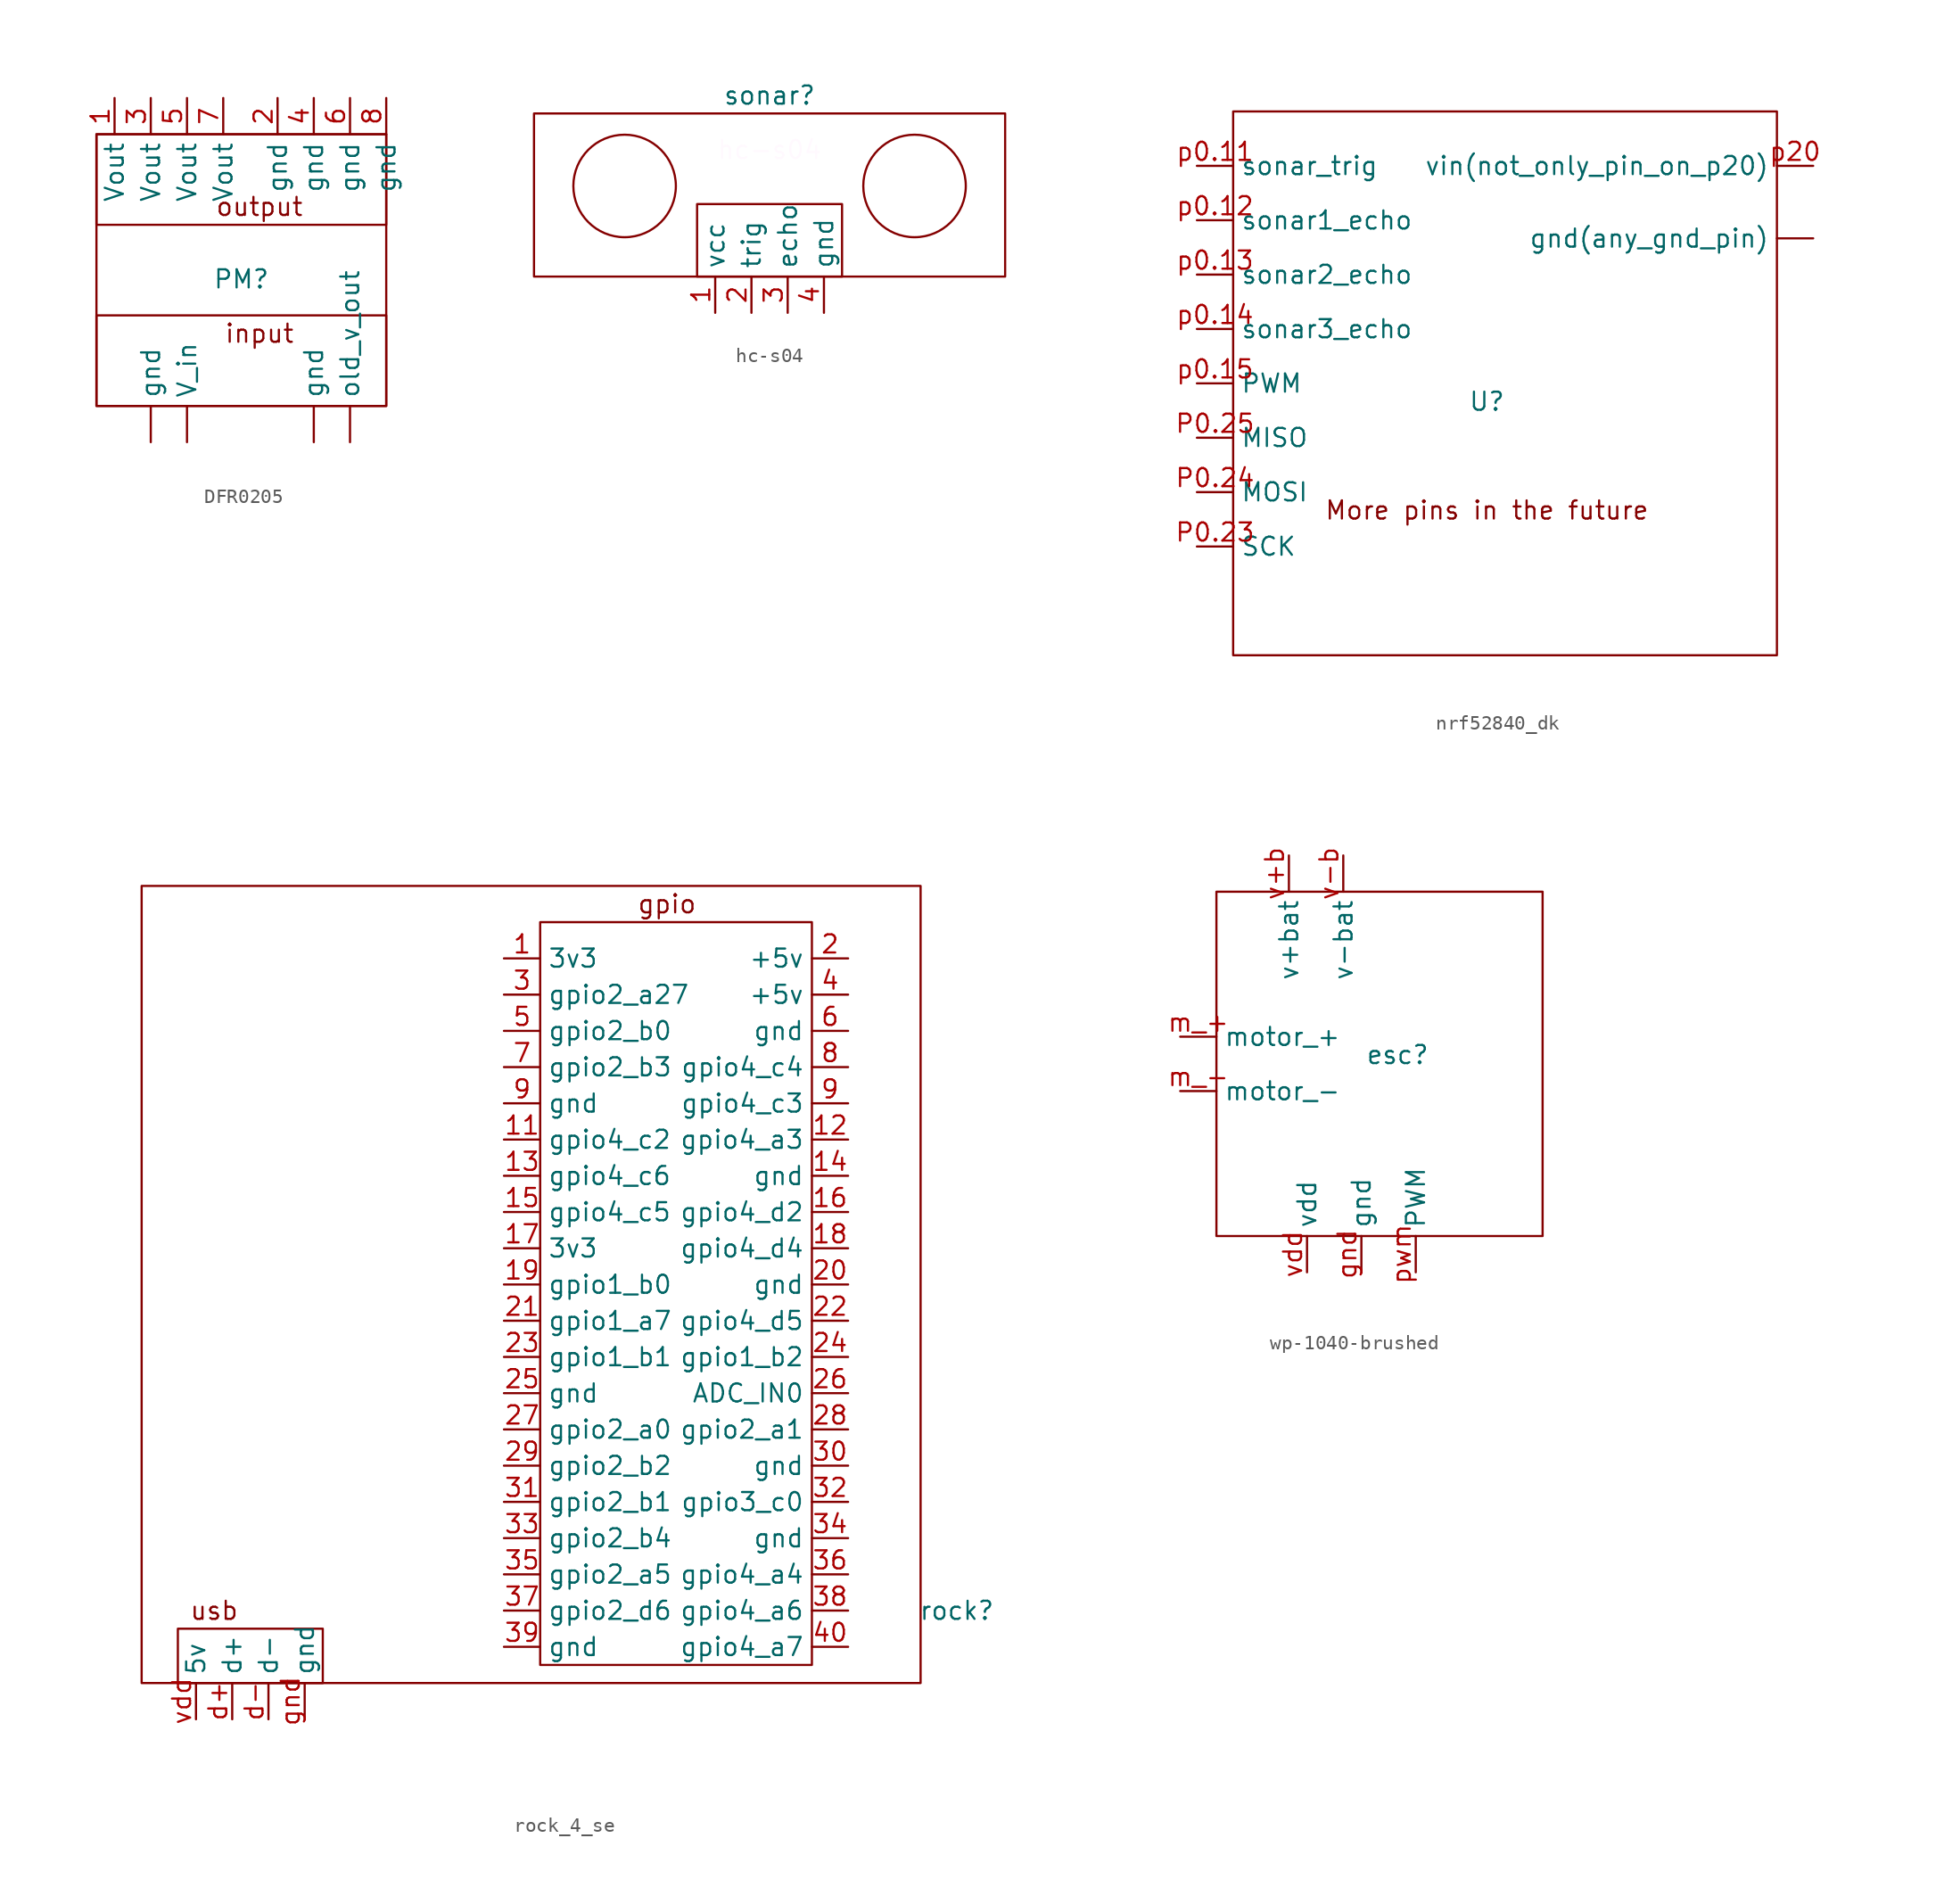
<source format=kicad_sym>
(kicad_symbol_lib
  (version 20220914)
  (generator kicad_symbol_editor)
  (symbol "DFR0205"
    (property "Reference" "PM"
      (at -7.62 10.16 0)
      (effects (font (size 1.27 1.27))))
    (property "Value" ""
      (at 0 0 0)
      (effects (font (size 1.27 1.27))))
    (symbol "DFR0205_0_1"
      (rectangle (start -17.78 7.62) (end 2.54 1.27) (stroke (width 0) (type default)) (fill (type none)))
      (rectangle (start -17.78 20.32) (end 2.54 1.27) (stroke (width 0) (type default)) (fill (type none)))
      (rectangle (start -17.78 20.32) (end 2.54 13.97) (stroke (width 0) (type default)) (fill (type none))))
    (symbol "DFR0205_1_1"
      (text "input" (at -6.35 6.35 0) (effects (font (size 1.27 1.27))))
      (text "output\n" (at -6.35 15.24 0) (effects (font (size 1.27 1.27))))
      (pin power_in line (at -11.43 -1.27 90) (length 2.54) (name "V_in" (effects (font (size 1.27 1.27)))) (number "" (effects (font (size 1.27 1.27)))))
      (pin power_in line (at -13.97 -1.27 90) (length 2.54) (name "gnd" (effects (font (size 1.27 1.27)))) (number "" (effects (font (size 1.27 1.27)))))
      (pin power_in line (at -2.54 -1.27 90) (length 2.54) (name "gnd" (effects (font (size 1.27 1.27)))) (number "" (effects (font (size 1.27 1.27)))))
      (pin power_out line (at 0 -1.27 90) (length 2.54) (name "old_v_out" (effects (font (size 1.27 1.27)))) (number "" (effects (font (size 1.27 1.27)))))
      (pin power_out line (at -16.51 22.86 270) (length 2.54) (name "Vout" (effects (font (size 1.27 1.27)))) (number "1" (effects (font (size 1.27 1.27)))))
      (pin input line (at -5.08 22.86 270) (length 2.54) (name "gnd" (effects (font (size 1.27 1.27)))) (number "2" (effects (font (size 1.27 1.27)))))
      (pin power_out line (at -13.97 22.86 270) (length 2.54) (name "Vout" (effects (font (size 1.27 1.27)))) (number "3" (effects (font (size 1.27 1.27)))))
      (pin input line (at -2.54 22.86 270) (length 2.54) (name "gnd" (effects (font (size 1.27 1.27)))) (number "4" (effects (font (size 1.27 1.27)))))
      (pin power_out line (at -11.43 22.86 270) (length 2.54) (name "Vout" (effects (font (size 1.27 1.27)))) (number "5" (effects (font (size 1.27 1.27)))))
      (pin input line (at 0 22.86 270) (length 2.54) (name "gnd" (effects (font (size 1.27 1.27)))) (number "6" (effects (font (size 1.27 1.27)))))
      (pin power_out line (at -8.89 22.86 270) (length 2.54) (name "Vout" (effects (font (size 1.27 1.27)))) (number "7" (effects (font (size 1.27 1.27)))))
      (pin input line (at 2.54 22.86 270) (length 2.54) (name "gnd" (effects (font (size 1.27 1.27)))) (number "8" (effects (font (size 1.27 1.27)))))))
  (symbol "hc-s04"
    (property "Reference" "sonar"
      (at 0 8.89 0)
      (effects (font (size 1.27 1.27))))
    (property "Value" ""
      (at 0 0 0)
      (effects (font (size 1.27 1.27))))
    (symbol "hc-s04_0_1"
      (rectangle (start -16.51 7.62) (end 16.51 -3.81) (stroke (width 0) (type default)) (fill (type none)))
      (circle (center -10.16 2.54) (radius 3.592) (stroke (width 0) (type default)) (fill (type none)))
      (rectangle (start -5.08 1.27) (end 5.08 -3.81) (stroke (width 0) (type default)) (fill (type none)))
      (circle (center 10.16 2.54) (radius 3.592) (stroke (width 0) (type default)) (fill (type none))))
    (symbol "hc-s04_1_1"
      (text "hc-s04" (at 0 5.08 0) (effects (font (size 1.27 1.27) (color 255 249 254 1))))
      (pin power_in line (at -3.81 -6.35 90) (length 2.54) (name "vcc" (effects (font (size 1.27 1.27)))) (number "1" (effects (font (size 1.27 1.27)))))
      (pin input line (at -1.27 -6.35 90) (length 2.54) (name "trig" (effects (font (size 1.27 1.27)))) (number "2" (effects (font (size 1.27 1.27)))))
      (pin output line (at 1.27 -6.35 90) (length 2.54) (name "echo" (effects (font (size 1.27 1.27)))) (number "3" (effects (font (size 1.27 1.27)))))
      (pin power_in line (at 3.81 -6.35 90) (length 2.54) (name "gnd" (effects (font (size 1.27 1.27)))) (number "4" (effects (font (size 1.27 1.27)))))))
  (symbol "nrf52840_dk"
    (property "Reference" "U"
      (at 0 0 0)
      (effects (font (size 1.27 1.27))))
    (property "Value" ""
      (at 0 0 0)
      (effects (font (size 1.27 1.27))))
    (symbol "nrf52840_dk_0_1"
      (rectangle (start -17.78 20.32) (end 20.32 -17.78) (stroke (width 0) (type default)) (fill (type none))))
    (symbol "nrf52840_dk_1_1"
      (text "More pins in the future\n" (at 0 -7.62 0) (effects (font (size 1.27 1.27))))
      (pin power_in line (at 22.86 11.43 180) (length 2.54) (name "gnd(any_gnd_pin)" (effects (font (size 1.27 1.27)))) (number "" (effects (font (size 1.27 1.27)))))
      (pin input line (at -20.32 -10.16 0) (length 2.54) (name "SCK" (effects (font (size 1.27 1.27)))) (number "P0.23" (effects (font (size 1.27 1.27)))))
      (pin input line (at -20.32 -6.35 0) (length 2.54) (name "MOSI" (effects (font (size 1.27 1.27)))) (number "P0.24" (effects (font (size 1.27 1.27)))))
      (pin output line (at -20.32 -2.54 0) (length 2.54) (name "MISO" (effects (font (size 1.27 1.27)))) (number "P0.25" (effects (font (size 1.27 1.27)))))
      (pin output line (at -20.32 16.51 0) (length 2.54) (name "sonar_trig" (effects (font (size 1.27 1.27)))) (number "p0.11" (effects (font (size 1.27 1.27)))))
      (pin input line (at -20.32 12.7 0) (length 2.54) (name "sonar1_echo" (effects (font (size 1.27 1.27)))) (number "p0.12" (effects (font (size 1.27 1.27)))))
      (pin input line (at -20.32 8.89 0) (length 2.54) (name "sonar2_echo" (effects (font (size 1.27 1.27)))) (number "p0.13" (effects (font (size 1.27 1.27)))))
      (pin input line (at -20.32 5.08 0) (length 2.54) (name "sonar3_echo" (effects (font (size 1.27 1.27)))) (number "p0.14" (effects (font (size 1.27 1.27)))))
      (pin input line (at -20.32 1.27 0) (length 2.54) (name "PWM" (effects (font (size 1.27 1.27)))) (number "p0.15" (effects (font (size 1.27 1.27)))))
      (pin power_in line (at 22.86 16.51 180) (length 2.54) (name "vin(not_only_pin_on_p20)" (effects (font (size 1.27 1.27)))) (number "p20" (effects (font (size 1.27 1.27)))))))
  (symbol "rock_4_se"
    (property "Reference" "rock"
      (at 27.94 -31.75 0)
      (effects (font (size 1.27 1.27))))
    (property "Value" ""
      (at 0 0 0)
      (effects (font (size 1.27 1.27))))
    (symbol "rock_4_se_0_0"
      (text "" (at 19.05 3.81 0) (effects (font (size 1.27 1.27)))))
    (symbol "rock_4_se_0_1"
      (rectangle (start -29.21 19.05) (end 25.4 -36.83) (stroke (width 0) (type default)) (fill (type none)))
      (rectangle (start -26.67 -33.02) (end -16.51 -36.83) (stroke (width 0) (type default)) (fill (type none)))
      (rectangle (start -1.27 16.51) (end 17.78 -35.56) (stroke (width 0) (type default)) (fill (type none))))
    (symbol "rock_4_se_1_1"
      (text "gpio\n" (at 7.62 17.78 0) (effects (font (size 1.27 1.27))))
      (text "usb\n" (at -24.13 -31.75 0) (effects (font (size 1.27 1.27))))
      (pin output line (at -3.81 13.97 0) (length 2.54) (name "3v3" (effects (font (size 1.27 1.27)))) (number "1" (effects (font (size 1.27 1.27)))))
      (pin bidirectional line (at -3.81 1.27 0) (length 2.54) (name "gpio4_c2" (effects (font (size 1.27 1.27)))) (number "11" (effects (font (size 1.27 1.27)))) (alternate "PWM0" bidirectional line))
      (pin bidirectional line (at 20.32 1.27 180) (length 2.54) (name "gpio4_a3" (effects (font (size 1.27 1.27)))) (number "12" (effects (font (size 1.27 1.27)))) (alternate "I2S1_SCLK" bidirectional line))
      (pin bidirectional line (at -3.81 -1.27 0) (length 2.54) (name "gpio4_c6" (effects (font (size 1.27 1.27)))) (number "13" (effects (font (size 1.27 1.27)))) (alternate " PWM1" bidirectional line))
      (pin bidirectional line (at 20.32 -1.27 180) (length 2.54) (name "gnd" (effects (font (size 1.27 1.27)))) (number "14" (effects (font (size 1.27 1.27)))))
      (pin bidirectional line (at -3.81 -3.81 0) (length 2.54) (name "gpio4_c5" (effects (font (size 1.27 1.27)))) (number "15" (effects (font (size 1.27 1.27)))) (alternate "SPDIF_TX" bidirectional line))
      (pin bidirectional line (at 20.32 -3.81 180) (length 2.54) (name "gpio4_d2" (effects (font (size 1.27 1.27)))) (number "16" (effects (font (size 1.27 1.27)))))
      (pin output line (at -3.81 -6.35 0) (length 2.54) (name "3v3" (effects (font (size 1.27 1.27)))) (number "17" (effects (font (size 1.27 1.27)))))
      (pin bidirectional line (at 20.32 -6.35 180) (length 2.54) (name "gpio4_d4" (effects (font (size 1.27 1.27)))) (number "18" (effects (font (size 1.27 1.27)))))
      (pin bidirectional line (at -3.81 -8.89 0) (length 2.54) (name "gpio1_b0" (effects (font (size 1.27 1.27)))) (number "19" (effects (font (size 1.27 1.27)))) (alternate "SPI1_TXD" bidirectional line) (alternate "UART4_TXD" bidirectional line))
      (pin bidirectional line (at 20.32 13.97 180) (length 2.54) (name "+5v" (effects (font (size 1.27 1.27)))) (number "2" (effects (font (size 1.27 1.27)))))
      (pin bidirectional line (at 20.32 -8.89 180) (length 2.54) (name "gnd" (effects (font (size 1.27 1.27)))) (number "20" (effects (font (size 1.27 1.27)))))
      (pin bidirectional line (at -3.81 -11.43 0) (length 2.54) (name "gpio1_a7" (effects (font (size 1.27 1.27)))) (number "21" (effects (font (size 1.27 1.27)))) (alternate "SPI1_RXD" bidirectional line) (alternate "UART4_RXD" bidirectional line))
      (pin bidirectional line (at 20.32 -11.43 180) (length 2.54) (name "gpio4_d5" (effects (font (size 1.27 1.27)))) (number "22" (effects (font (size 1.27 1.27)))))
      (pin bidirectional line (at -3.81 -13.97 0) (length 2.54) (name "gpio1_b1" (effects (font (size 1.27 1.27)))) (number "23" (effects (font (size 1.27 1.27)))) (alternate "SPI1_CLK" bidirectional line))
      (pin bidirectional line (at 20.32 -13.97 180) (length 2.54) (name "gpio1_b2" (effects (font (size 1.27 1.27)))) (number "24" (effects (font (size 1.27 1.27)))) (alternate "SPI1_CSn" bidirectional line))
      (pin bidirectional line (at -3.81 -16.51 0) (length 2.54) (name "gnd" (effects (font (size 1.27 1.27)))) (number "25" (effects (font (size 1.27 1.27)))))
      (pin bidirectional line (at 20.32 -16.51 180) (length 2.54) (name "ADC_IN0" (effects (font (size 1.27 1.27)))) (number "26" (effects (font (size 1.27 1.27)))))
      (pin bidirectional line (at -3.81 -19.05 0) (length 2.54) (name "gpio2_a0" (effects (font (size 1.27 1.27)))) (number "27" (effects (font (size 1.27 1.27)))) (alternate "I2C2_SDA" bidirectional line))
      (pin bidirectional line (at 20.32 -19.05 180) (length 2.54) (name "gpio2_a1" (effects (font (size 1.27 1.27)))) (number "28" (effects (font (size 1.27 1.27)))) (alternate "I2C2_CLK" bidirectional line))
      (pin bidirectional line (at -3.81 -21.59 0) (length 2.54) (name "gpio2_b2" (effects (font (size 1.27 1.27)))) (number "29" (effects (font (size 1.27 1.27)))) (alternate "I2C6_SCL" bidirectional line) (alternate "SPI2_TXD" bidirectional line))
      (pin bidirectional line (at -3.81 11.43 0) (length 2.54) (name "gpio2_a27" (effects (font (size 1.27 1.27)))) (number "3" (effects (font (size 1.27 1.27)))) (alternate " I2C7_SDA" bidirectional line))
      (pin bidirectional line (at 20.32 -21.59 180) (length 2.54) (name "gnd" (effects (font (size 1.27 1.27)))) (number "30" (effects (font (size 1.27 1.27)))))
      (pin bidirectional line (at -3.81 -24.13 0) (length 2.54) (name "gpio2_b1" (effects (font (size 1.27 1.27)))) (number "31" (effects (font (size 1.27 1.27)))) (alternate "I2C6_SDA" bidirectional line) (alternate "SPI2_RXD" bidirectional line))
      (pin bidirectional line (at 20.32 -24.13 180) (length 2.54) (name "gpio3_c0" (effects (font (size 1.27 1.27)))) (number "32" (effects (font (size 1.27 1.27)))) (alternate "SPDIF_TX" bidirectional line) (alternate "UART3_CTSn" bidirectional line))
      (pin bidirectional line (at -3.81 -26.67 0) (length 2.54) (name "gpio2_b4" (effects (font (size 1.27 1.27)))) (number "33" (effects (font (size 1.27 1.27)))) (alternate "SPI2_CSn" bidirectional line))
      (pin bidirectional line (at 20.32 -26.67 180) (length 2.54) (name "gnd" (effects (font (size 1.27 1.27)))) (number "34" (effects (font (size 1.27 1.27)))))
      (pin bidirectional line (at -3.81 -29.21 0) (length 2.54) (name "gpio2_a5" (effects (font (size 1.27 1.27)))) (number "35" (effects (font (size 1.27 1.27)))) (alternate "I2S1_LRCK_TX" bidirectional line))
      (pin bidirectional line (at 20.32 -29.21 180) (length 2.54) (name "gpio4_a4" (effects (font (size 1.27 1.27)))) (number "36" (effects (font (size 1.27 1.27)))) (alternate "I2S1_LRCK_RX" bidirectional line))
      (pin bidirectional line (at -3.81 -31.75 0) (length 2.54) (name "gpio2_d6" (effects (font (size 1.27 1.27)))) (number "37" (effects (font (size 1.27 1.27)))))
      (pin bidirectional line (at 20.32 -31.75 180) (length 2.54) (name "gpio4_a6" (effects (font (size 1.27 1.27)))) (number "38" (effects (font (size 1.27 1.27)))) (alternate "I2S1_SDI" bidirectional line))
      (pin bidirectional line (at -3.81 -34.29 0) (length 2.54) (name "gnd" (effects (font (size 1.27 1.27)))) (number "39" (effects (font (size 1.27 1.27)))))
      (pin bidirectional line (at 20.32 11.43 180) (length 2.54) (name "+5v" (effects (font (size 1.27 1.27)))) (number "4" (effects (font (size 1.27 1.27)))))
      (pin bidirectional line (at 20.32 -34.29 180) (length 2.54) (name "gpio4_a7" (effects (font (size 1.27 1.27)))) (number "40" (effects (font (size 1.27 1.27)))) (alternate "I2S1_SDO" bidirectional line))
      (pin bidirectional line (at -3.81 8.89 0) (length 2.54) (name "gpio2_b0" (effects (font (size 1.27 1.27)))) (number "5" (effects (font (size 1.27 1.27)))) (alternate "I2C7_SCL" bidirectional line))
      (pin bidirectional line (at 20.32 8.89 180) (length 2.54) (name "gnd" (effects (font (size 1.27 1.27)))) (number "6" (effects (font (size 1.27 1.27)))))
      (pin bidirectional line (at -3.81 6.35 0) (length 2.54) (name "gpio2_b3" (effects (font (size 1.27 1.27)))) (number "7" (effects (font (size 1.27 1.27)))) (alternate "SPI2_CLK" bidirectional line))
      (pin bidirectional line (at 20.32 6.35 180) (length 2.54) (name "gpio4_c4" (effects (font (size 1.27 1.27)))) (number "8" (effects (font (size 1.27 1.27)))) (alternate "UART2_TXD" bidirectional line))
      (pin bidirectional line (at -3.81 3.81 0) (length 2.54) (name "gnd" (effects (font (size 1.27 1.27)))) (number "9" (effects (font (size 1.27 1.27)))))
      (pin bidirectional line (at 20.32 3.81 180) (length 2.54) (name "gpio4_c3" (effects (font (size 1.27 1.27)))) (number "9" (effects (font (size 1.27 1.27)))) (alternate "UART2_RXD" bidirectional line))
      (pin bidirectional line (at -22.86 -39.37 90) (length 2.54) (name "d+" (effects (font (size 1.27 1.27)))) (number "d+" (effects (font (size 1.27 1.27)))))
      (pin bidirectional line (at -20.32 -39.37 90) (length 2.54) (name "d-" (effects (font (size 1.27 1.27)))) (number "d-" (effects (font (size 1.27 1.27)))))
      (pin bidirectional line (at -17.78 -39.37 90) (length 2.54) (name "gnd" (effects (font (size 1.27 1.27)))) (number "gnd" (effects (font (size 1.27 1.27)))))
      (pin bidirectional line (at -25.4 -39.37 90) (length 2.54) (name "5v" (effects (font (size 1.27 1.27)))) (number "vdd" (effects (font (size 1.27 1.27)))))))
  (symbol "wp-1040-brushed"
    (property "Reference" "esc"
      (at 1.27 0 0)
      (effects (font (size 1.27 1.27))))
    (property "Value" ""
      (at 0 0 0)
      (effects (font (size 1.27 1.27))))
    (symbol "wp-1040-brushed_0_0"
      (text "" (at -3.81 12.7 0) (effects (font (size 1.27 1.27)))))
    (symbol "wp-1040-brushed_0_1"
      (rectangle (start -11.43 11.43) (end 11.43 -12.7) (stroke (width 0) (type default)) (fill (type none))))
    (symbol "wp-1040-brushed_1_1"
      (pin bidirectional line (at -1.27 -15.24 90) (length 2.54) (name "gnd" (effects (font (size 1.27 1.27)))) (number "gnd" (effects (font (size 1.27 1.27)))))
      (pin power_out line (at -13.97 1.27 0) (length 2.54) (name "motor_+" (effects (font (size 1.27 1.27)))) (number "m_+" (effects (font (size 1.27 1.27)))))
      (pin power_out line (at -13.97 -2.54 0) (length 2.54) (name "motor_-" (effects (font (size 1.27 1.27)))) (number "m_-" (effects (font (size 1.27 1.27)))))
      (pin input line (at 2.54 -15.24 90) (length 2.54) (name "PWM" (effects (font (size 1.27 1.27)))) (number "pwm" (effects (font (size 1.27 1.27)))))
      (pin power_in line (at -6.35 13.97 270) (length 2.54) (name "v+bat" (effects (font (size 1.27 1.27)))) (number "v+b" (effects (font (size 1.27 1.27)))))
      (pin input line (at -2.54 13.97 270) (length 2.54) (name "v-bat" (effects (font (size 1.27 1.27)))) (number "v-b" (effects (font (size 1.27 1.27)))))
      (pin power_out line (at -5.08 -15.24 90) (length 2.54) (name "vdd" (effects (font (size 1.27 1.27)))) (number "vdd" (effects (font (size 1.27 1.27))))))))
</source>
